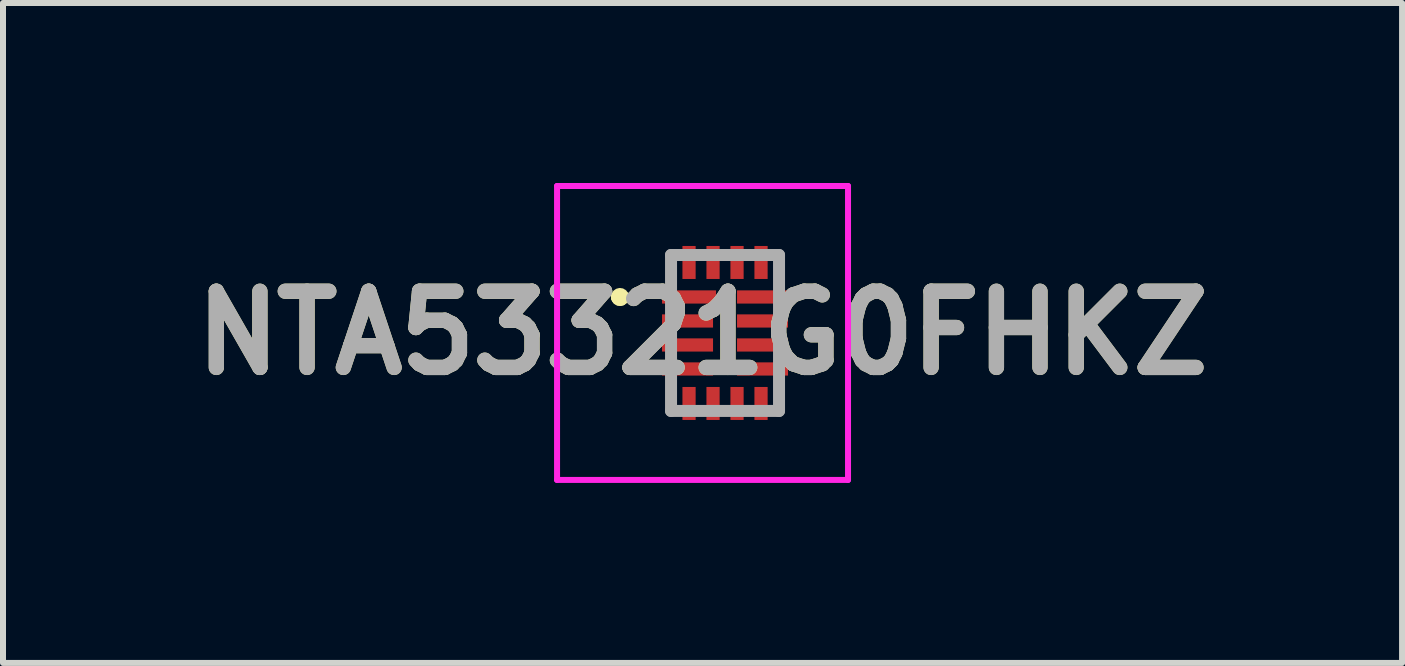
<source format=kicad_pcb>
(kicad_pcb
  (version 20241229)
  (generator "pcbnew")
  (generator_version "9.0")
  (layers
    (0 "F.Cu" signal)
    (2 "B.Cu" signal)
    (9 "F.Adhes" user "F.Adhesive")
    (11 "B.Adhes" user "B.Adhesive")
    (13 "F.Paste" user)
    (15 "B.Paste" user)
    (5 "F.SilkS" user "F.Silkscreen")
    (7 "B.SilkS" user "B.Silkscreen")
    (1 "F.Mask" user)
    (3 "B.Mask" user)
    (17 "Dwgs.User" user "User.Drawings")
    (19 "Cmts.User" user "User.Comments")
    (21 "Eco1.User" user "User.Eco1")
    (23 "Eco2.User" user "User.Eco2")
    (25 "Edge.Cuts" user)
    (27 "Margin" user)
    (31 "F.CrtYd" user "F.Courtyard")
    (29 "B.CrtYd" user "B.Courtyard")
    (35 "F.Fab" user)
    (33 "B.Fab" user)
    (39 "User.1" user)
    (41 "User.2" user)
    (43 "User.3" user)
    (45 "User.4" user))
  (footprint "NTA53321G0FHKZ"
    (layer "F.Cu")
    (at 9.035 2.5)
    (property "Reference" "NTA53321G0FHKZ" (at -0.375 0 0) (layer "F.SilkS") (effects (font (size 1.27 1.27) (thickness 0.254))))
    (attr smd)
    (fp_line (start -1.8 -0.6) (end -1.8 -0.6) (stroke (width 0.2) (type solid)) (layer "F.SilkS"))
    (fp_line (start -1.8 -0.6) (end -1.8 -0.6) (stroke (width 0.2) (type solid)) (layer "F.SilkS"))
    (fp_line (start -1.7 -0.6) (end -1.7 -0.6) (stroke (width 0.2) (type solid)) (layer "F.SilkS"))
    (fp_arc (start -1.8 -0.6) (mid -1.75 -0.65) (end -1.7 -0.6) (stroke (width 0.2) (type solid)) (layer "F.SilkS"))
    (fp_arc (start -1.7 -0.6) (mid -1.75 -0.55) (end -1.8 -0.6) (stroke (width 0.2) (type solid)) (layer "F.SilkS"))
    (fp_arc (start -1.7 -0.6) (mid -1.75 -0.55) (end -1.8 -0.6) (stroke (width 0.2) (type solid)) (layer "F.SilkS"))
    (fp_line (start -2.8 -2.45) (end 2.05 -2.45) (stroke (width 0.1) (type solid)) (layer "F.CrtYd"))
    (fp_line (start -2.8 2.45) (end -2.8 -2.45) (stroke (width 0.1) (type solid)) (layer "F.CrtYd"))
    (fp_line (start 2.05 -2.45) (end 2.05 2.45) (stroke (width 0.1) (type solid)) (layer "F.CrtYd"))
    (fp_line (start 2.05 2.45) (end -2.8 2.45) (stroke (width 0.1) (type solid)) (layer "F.CrtYd"))
    (fp_line (start -0.9 -1.3) (end -0.9 1.3) (stroke (width 0.2) (type solid)) (layer "F.Fab"))
    (fp_line (start -0.9 1.3) (end 0.9 1.3) (stroke (width 0.2) (type solid)) (layer "F.Fab"))
    (fp_line (start 0.9 -1.3) (end -0.9 -1.3) (stroke (width 0.2) (type solid)) (layer "F.Fab"))
    (fp_line (start 0.9 1.3) (end 0.9 -1.3) (stroke (width 0.2) (type solid)) (layer "F.Fab"))
    (fp_text user "${REFERENCE}" (at -0.375 0 0) (layer "F.Fab") (effects (font (size 1.27 1.27) (thickness 0.254))))
    (pad "1" smd rect (at -0.6 -0.6 90) (size 0.22 0.9) (layers "F.Cu" "F.Mask" "F.Paste"))
    (pad "2" smd rect (at -0.625 -0.2 90) (size 0.22 0.85) (layers "F.Cu" "F.Mask" "F.Paste"))
    (pad "3" smd rect (at -0.625 0.2 90) (size 0.22 0.85) (layers "F.Cu" "F.Mask" "F.Paste"))
    (pad "4" smd rect (at -0.625 0.6 90) (size 0.22 0.85) (layers "F.Cu" "F.Mask" "F.Paste"))
    (pad "5" smd rect (at -0.6 1.175) (size 0.22 0.55) (layers "F.Cu" "F.Mask" "F.Paste"))
    (pad "6" smd rect (at -0.2 1.175) (size 0.22 0.55) (layers "F.Cu" "F.Mask" "F.Paste"))
    (pad "7" smd rect (at 0.2 1.175) (size 0.22 0.55) (layers "F.Cu" "F.Mask" "F.Paste"))
    (pad "8" smd rect (at 0.6 1.175) (size 0.22 0.55) (layers "F.Cu" "F.Mask" "F.Paste"))
    (pad "9" smd rect (at 0.625 0.6 90) (size 0.22 0.85) (layers "F.Cu" "F.Mask" "F.Paste"))
    (pad "10" smd rect (at 0.625 0.2 90) (size 0.22 0.85) (layers "F.Cu" "F.Mask" "F.Paste"))
    (pad "11" smd rect (at 0.625 -0.2 90) (size 0.22 0.85) (layers "F.Cu" "F.Mask" "F.Paste"))
    (pad "12" smd rect (at 0.625 -0.6 90) (size 0.22 0.85) (layers "F.Cu" "F.Mask" "F.Paste"))
    (pad "13" smd rect (at 0.6 -1.175) (size 0.22 0.55) (layers "F.Cu" "F.Mask" "F.Paste"))
    (pad "14" smd rect (at 0.2 -1.175) (size 0.22 0.55) (layers "F.Cu" "F.Mask" "F.Paste"))
    (pad "15" smd rect (at -0.2 -1.175) (size 0.22 0.55) (layers "F.Cu" "F.Mask" "F.Paste"))
    (pad "16" smd rect (at -0.6 -1.175) (size 0.22 0.55) (layers "F.Cu" "F.Mask" "F.Paste")))
  (gr_rect
    (start -3 -3)
    (end 20.32 8)
    (stroke (width 0.1) (type default))
    (fill no)
    (layer "Edge.Cuts")))
</source>
